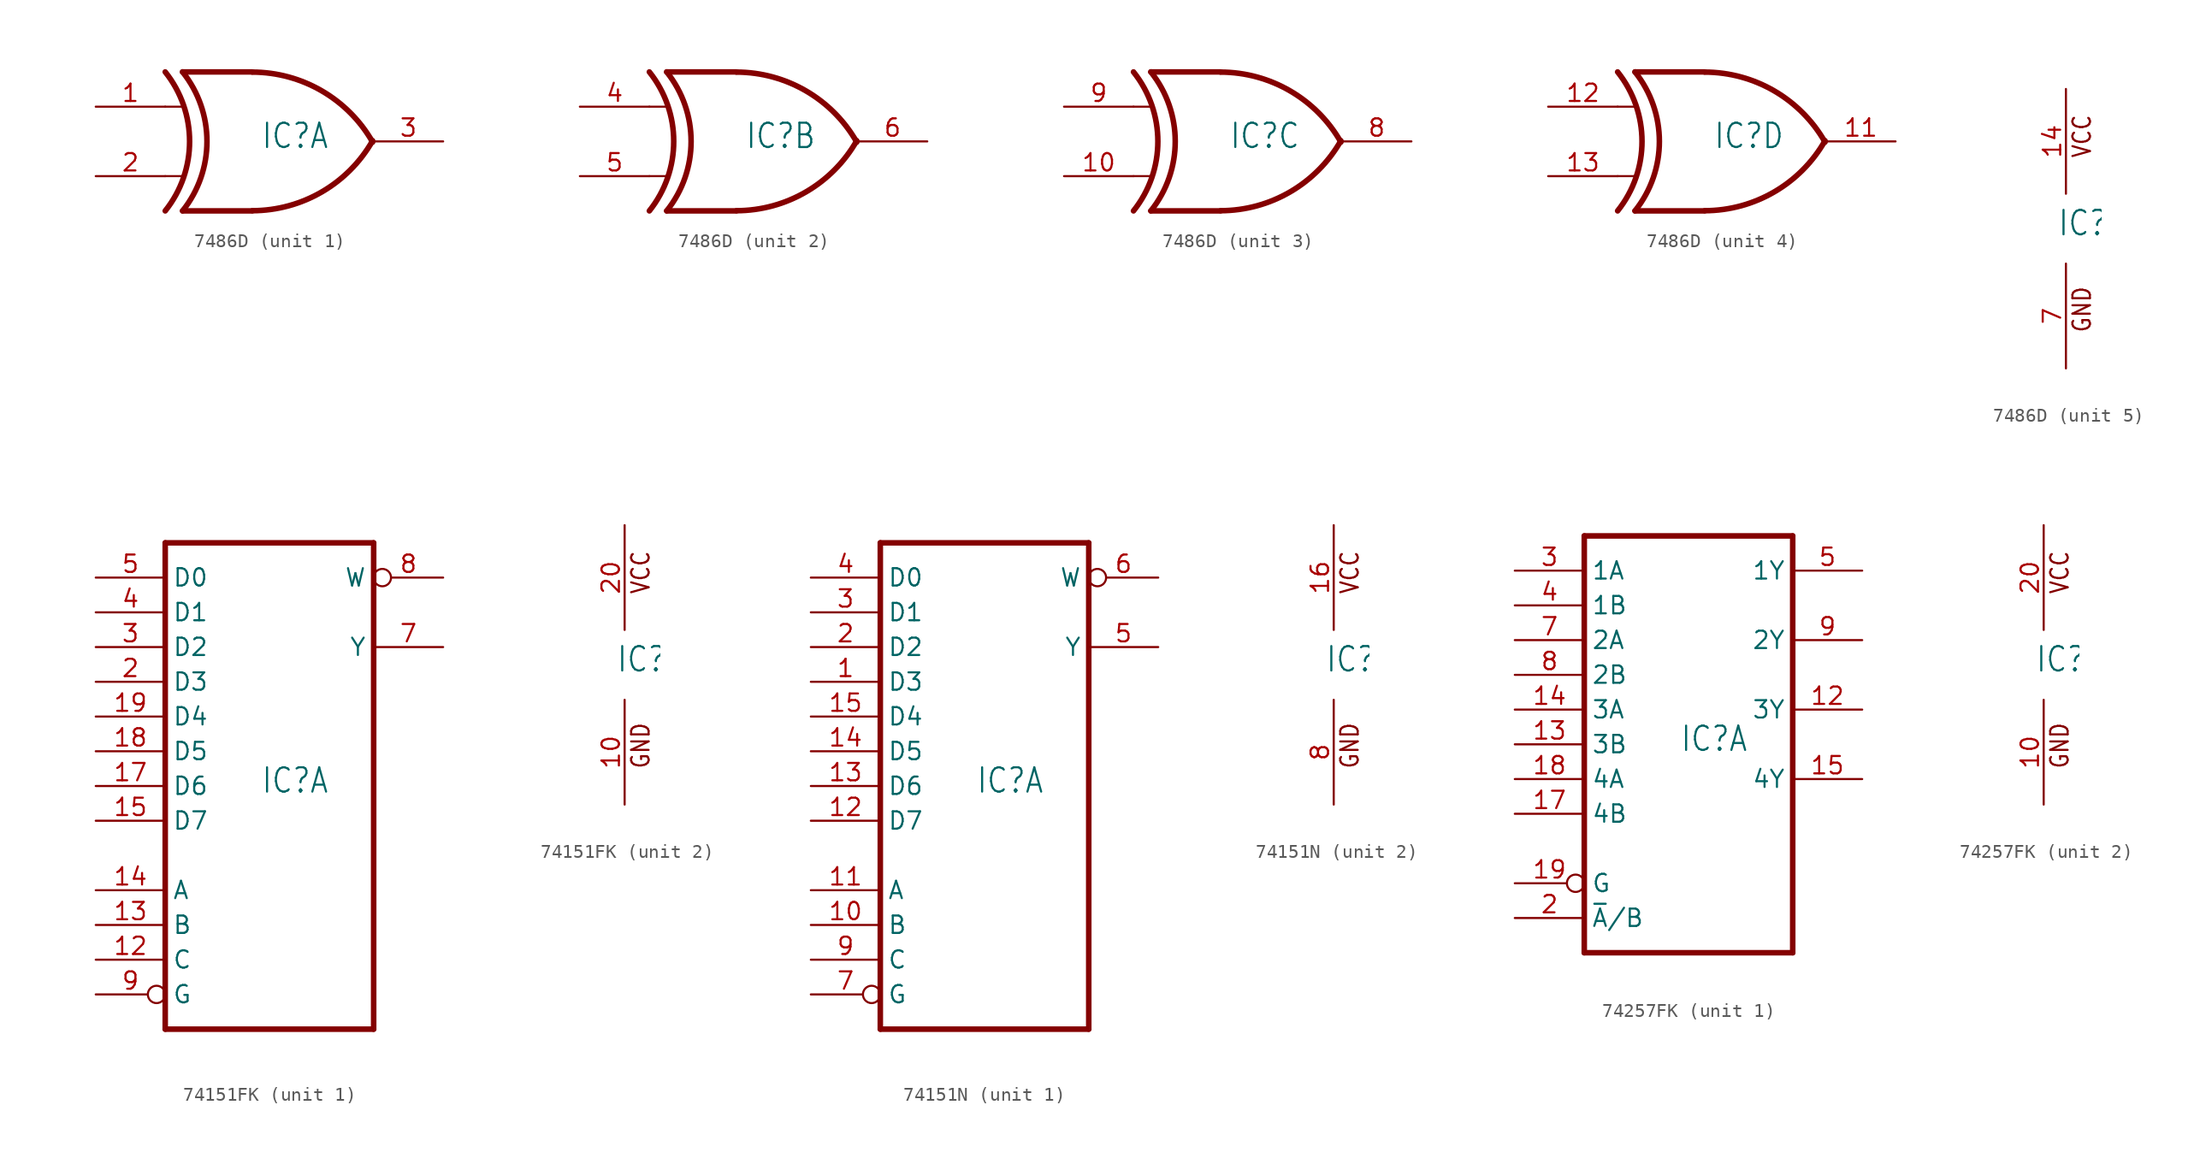
<source format=kicad_sym>
(kicad_symbol_lib
  (version 20220914)
  (generator kicad_symbol_editor)
  (symbol "7486D"
    (property "Reference" "IC"
      (at -0.635 -0.635 0)
      (effects (font (size 1.778 1.511)) (justify left bottom)))
    (property "ki_locked" ""
      (at 0 0 0)
      (effects (font (size 1.27 1.27))))
    (symbol "7486D_1_0"
      (arc (start -7.6199 -5.0799) (mid -5.838 0.0001) (end -7.62 5.08) (stroke (width 0.4064) (type solid)) (fill (type none)))
      (arc (start -6.3499 -5.0799) (mid -4.568 0.0001) (end -6.35 5.08) (stroke (width 0.4064) (type solid)) (fill (type none)))
      (arc (start -1.2446 -5.0678) (mid 3.8371 -3.6891) (end 7.5439 0.0506) (stroke (width 0.4064) (type solid)) (fill (type none)))
      (polyline (pts (xy -7.62 -2.54) (xy -6.35 -2.54)) (stroke (width 0.152) (type solid)) (fill (type none)))
      (polyline (pts (xy -7.62 2.54) (xy -6.35 2.54)) (stroke (width 0.152) (type solid)) (fill (type none)))
      (polyline (pts (xy -1.27 -5.08) (xy -6.35 -5.08)) (stroke (width 0.406) (type solid)) (fill (type none)))
      (polyline (pts (xy -1.27 5.08) (xy -6.35 5.08)) (stroke (width 0.406) (type solid)) (fill (type none)))
      (arc (start 7.5441 -0.0504) (mid 3.8372 3.6892) (end -1.2446 5.0678) (stroke (width 0.4064) (type solid)) (fill (type none)))
      (pin input line (at -12.7 2.54 0) (length 5.08) (name "I0" (effects (font (size 0 0)))) (number "1" (effects (font (size 1.27 1.27)))))
      (pin input line (at -12.7 -2.54 0) (length 5.08) (name "I1" (effects (font (size 0 0)))) (number "2" (effects (font (size 1.27 1.27)))))
      (pin output line (at 12.7 0 180) (length 5.08) (name "O" (effects (font (size 0 0)))) (number "3" (effects (font (size 1.27 1.27))))))
    (symbol "7486D_2_0"
      (arc (start -7.6199 -5.0799) (mid -5.838 0.0001) (end -7.62 5.08) (stroke (width 0.4064) (type solid)) (fill (type none)))
      (arc (start -6.3499 -5.0799) (mid -4.568 0.0001) (end -6.35 5.08) (stroke (width 0.4064) (type solid)) (fill (type none)))
      (arc (start -1.2446 -5.0678) (mid 3.8371 -3.6891) (end 7.5439 0.0506) (stroke (width 0.4064) (type solid)) (fill (type none)))
      (polyline (pts (xy -7.62 -2.54) (xy -6.35 -2.54)) (stroke (width 0.152) (type solid)) (fill (type none)))
      (polyline (pts (xy -7.62 2.54) (xy -6.35 2.54)) (stroke (width 0.152) (type solid)) (fill (type none)))
      (polyline (pts (xy -1.27 -5.08) (xy -6.35 -5.08)) (stroke (width 0.406) (type solid)) (fill (type none)))
      (polyline (pts (xy -1.27 5.08) (xy -6.35 5.08)) (stroke (width 0.406) (type solid)) (fill (type none)))
      (arc (start 7.5441 -0.0504) (mid 3.8372 3.6892) (end -1.2446 5.0678) (stroke (width 0.4064) (type solid)) (fill (type none)))
      (pin input line (at -12.7 2.54 0) (length 5.08) (name "I0" (effects (font (size 0 0)))) (number "4" (effects (font (size 1.27 1.27)))))
      (pin input line (at -12.7 -2.54 0) (length 5.08) (name "I1" (effects (font (size 0 0)))) (number "5" (effects (font (size 1.27 1.27)))))
      (pin output line (at 12.7 0 180) (length 5.08) (name "O" (effects (font (size 0 0)))) (number "6" (effects (font (size 1.27 1.27))))))
    (symbol "7486D_3_0"
      (arc (start -7.6199 -5.0799) (mid -5.838 0.0001) (end -7.62 5.08) (stroke (width 0.4064) (type solid)) (fill (type none)))
      (arc (start -6.3499 -5.0799) (mid -4.568 0.0001) (end -6.35 5.08) (stroke (width 0.4064) (type solid)) (fill (type none)))
      (arc (start -1.2446 -5.0678) (mid 3.8371 -3.6891) (end 7.5439 0.0506) (stroke (width 0.4064) (type solid)) (fill (type none)))
      (polyline (pts (xy -7.62 -2.54) (xy -6.35 -2.54)) (stroke (width 0.152) (type solid)) (fill (type none)))
      (polyline (pts (xy -7.62 2.54) (xy -6.35 2.54)) (stroke (width 0.152) (type solid)) (fill (type none)))
      (polyline (pts (xy -1.27 -5.08) (xy -6.35 -5.08)) (stroke (width 0.406) (type solid)) (fill (type none)))
      (polyline (pts (xy -1.27 5.08) (xy -6.35 5.08)) (stroke (width 0.406) (type solid)) (fill (type none)))
      (arc (start 7.5441 -0.0504) (mid 3.8372 3.6892) (end -1.2446 5.0678) (stroke (width 0.4064) (type solid)) (fill (type none)))
      (pin input line (at -12.7 -2.54 0) (length 5.08) (name "I1" (effects (font (size 0 0)))) (number "10" (effects (font (size 1.27 1.27)))))
      (pin output line (at 12.7 0 180) (length 5.08) (name "O" (effects (font (size 0 0)))) (number "8" (effects (font (size 1.27 1.27)))))
      (pin input line (at -12.7 2.54 0) (length 5.08) (name "I0" (effects (font (size 0 0)))) (number "9" (effects (font (size 1.27 1.27))))))
    (symbol "7486D_4_0"
      (arc (start -7.6199 -5.0799) (mid -5.838 0.0001) (end -7.62 5.08) (stroke (width 0.4064) (type solid)) (fill (type none)))
      (arc (start -6.3499 -5.0799) (mid -4.568 0.0001) (end -6.35 5.08) (stroke (width 0.4064) (type solid)) (fill (type none)))
      (arc (start -1.2446 -5.0678) (mid 3.8371 -3.6891) (end 7.5439 0.0506) (stroke (width 0.4064) (type solid)) (fill (type none)))
      (polyline (pts (xy -7.62 -2.54) (xy -6.35 -2.54)) (stroke (width 0.152) (type solid)) (fill (type none)))
      (polyline (pts (xy -7.62 2.54) (xy -6.35 2.54)) (stroke (width 0.152) (type solid)) (fill (type none)))
      (polyline (pts (xy -1.27 -5.08) (xy -6.35 -5.08)) (stroke (width 0.406) (type solid)) (fill (type none)))
      (polyline (pts (xy -1.27 5.08) (xy -6.35 5.08)) (stroke (width 0.406) (type solid)) (fill (type none)))
      (arc (start 7.5441 -0.0504) (mid 3.8372 3.6892) (end -1.2446 5.0678) (stroke (width 0.4064) (type solid)) (fill (type none)))
      (pin output line (at 12.7 0 180) (length 5.08) (name "O" (effects (font (size 0 0)))) (number "11" (effects (font (size 1.27 1.27)))))
      (pin input line (at -12.7 2.54 0) (length 5.08) (name "I0" (effects (font (size 0 0)))) (number "12" (effects (font (size 1.27 1.27)))))
      (pin input line (at -12.7 -2.54 0) (length 5.08) (name "I1" (effects (font (size 0 0)))) (number "13" (effects (font (size 1.27 1.27))))))
    (symbol "7486D_5_0"
      (text "GND" (at 1.905 -7.62 900) (effects (font (size 1.27 1.079)) (justify left bottom)))
      (text "VCC" (at 1.905 5.08 900) (effects (font (size 1.27 1.079)) (justify left bottom)))
      (pin power_in line (at 0 10.16 270) (length 7.62) (name "VCC" (effects (font (size 0 0)))) (number "14" (effects (font (size 1.27 1.27)))))
      (pin power_in line (at 0 -10.16 90) (length 7.62) (name "GND" (effects (font (size 0 0)))) (number "7" (effects (font (size 1.27 1.27)))))))
  (symbol "74151FK"
    (property "Reference" "IC"
      (at -0.635 -0.635 0)
      (effects (font (size 1.778 1.511)) (justify left bottom)))
    (property "ki_locked" ""
      (at 0 0 0)
      (effects (font (size 1.27 1.27))))
    (symbol "74151FK_1_0"
      (polyline (pts (xy -7.62 -17.78) (xy 7.62 -17.78)) (stroke (width 0.406) (type solid)) (fill (type none)))
      (polyline (pts (xy -7.62 17.78) (xy -7.62 -17.78)) (stroke (width 0.406) (type solid)) (fill (type none)))
      (polyline (pts (xy 7.62 -17.78) (xy 7.62 17.78)) (stroke (width 0.406) (type solid)) (fill (type none)))
      (polyline (pts (xy 7.62 17.78) (xy -7.62 17.78)) (stroke (width 0.406) (type solid)) (fill (type none)))
      (pin input line (at -12.7 -12.7 0) (length 5.08) (name "C" (effects (font (size 1.27 1.27)))) (number "12" (effects (font (size 1.27 1.27)))))
      (pin input line (at -12.7 -10.16 0) (length 5.08) (name "B" (effects (font (size 1.27 1.27)))) (number "13" (effects (font (size 1.27 1.27)))))
      (pin input line (at -12.7 -7.62 0) (length 5.08) (name "A" (effects (font (size 1.27 1.27)))) (number "14" (effects (font (size 1.27 1.27)))))
      (pin input line (at -12.7 -2.54 0) (length 5.08) (name "D7" (effects (font (size 1.27 1.27)))) (number "15" (effects (font (size 1.27 1.27)))))
      (pin input line (at -12.7 0 0) (length 5.08) (name "D6" (effects (font (size 1.27 1.27)))) (number "17" (effects (font (size 1.27 1.27)))))
      (pin input line (at -12.7 2.54 0) (length 5.08) (name "D5" (effects (font (size 1.27 1.27)))) (number "18" (effects (font (size 1.27 1.27)))))
      (pin input line (at -12.7 5.08 0) (length 5.08) (name "D4" (effects (font (size 1.27 1.27)))) (number "19" (effects (font (size 1.27 1.27)))))
      (pin input line (at -12.7 7.62 0) (length 5.08) (name "D3" (effects (font (size 1.27 1.27)))) (number "2" (effects (font (size 1.27 1.27)))))
      (pin input line (at -12.7 10.16 0) (length 5.08) (name "D2" (effects (font (size 1.27 1.27)))) (number "3" (effects (font (size 1.27 1.27)))))
      (pin input line (at -12.7 12.7 0) (length 5.08) (name "D1" (effects (font (size 1.27 1.27)))) (number "4" (effects (font (size 1.27 1.27)))))
      (pin input line (at -12.7 15.24 0) (length 5.08) (name "D0" (effects (font (size 1.27 1.27)))) (number "5" (effects (font (size 1.27 1.27)))))
      (pin output line (at 12.7 10.16 180) (length 5.08) (name "Y" (effects (font (size 1.27 1.27)))) (number "7" (effects (font (size 1.27 1.27)))))
      (pin output inverted (at 12.7 15.24 180) (length 5.08) (name "W" (effects (font (size 1.27 1.27)))) (number "8" (effects (font (size 1.27 1.27)))))
      (pin input inverted (at -12.7 -15.24 0) (length 5.08) (name "G" (effects (font (size 1.27 1.27)))) (number "9" (effects (font (size 1.27 1.27))))))
    (symbol "74151FK_2_0"
      (text "GND" (at 1.905 -7.62 900) (effects (font (size 1.27 1.079)) (justify left bottom)))
      (text "VCC" (at 1.905 5.08 900) (effects (font (size 1.27 1.079)) (justify left bottom)))
      (pin power_in line (at 0 -10.16 90) (length 7.62) (name "GND" (effects (font (size 0 0)))) (number "10" (effects (font (size 1.27 1.27)))))
      (pin power_in line (at 0 10.16 270) (length 7.62) (name "VCC" (effects (font (size 0 0)))) (number "20" (effects (font (size 1.27 1.27)))))))
  (symbol "74151N"
    (property "Reference" "IC"
      (at -0.635 -0.635 0)
      (effects (font (size 1.778 1.511)) (justify left bottom)))
    (property "ki_locked" ""
      (at 0 0 0)
      (effects (font (size 1.27 1.27))))
    (symbol "74151N_1_0"
      (polyline (pts (xy -7.62 -17.78) (xy 7.62 -17.78)) (stroke (width 0.406) (type solid)) (fill (type none)))
      (polyline (pts (xy -7.62 17.78) (xy -7.62 -17.78)) (stroke (width 0.406) (type solid)) (fill (type none)))
      (polyline (pts (xy 7.62 -17.78) (xy 7.62 17.78)) (stroke (width 0.406) (type solid)) (fill (type none)))
      (polyline (pts (xy 7.62 17.78) (xy -7.62 17.78)) (stroke (width 0.406) (type solid)) (fill (type none)))
      (pin input line (at -12.7 7.62 0) (length 5.08) (name "D3" (effects (font (size 1.27 1.27)))) (number "1" (effects (font (size 1.27 1.27)))))
      (pin input line (at -12.7 -10.16 0) (length 5.08) (name "B" (effects (font (size 1.27 1.27)))) (number "10" (effects (font (size 1.27 1.27)))))
      (pin input line (at -12.7 -7.62 0) (length 5.08) (name "A" (effects (font (size 1.27 1.27)))) (number "11" (effects (font (size 1.27 1.27)))))
      (pin input line (at -12.7 -2.54 0) (length 5.08) (name "D7" (effects (font (size 1.27 1.27)))) (number "12" (effects (font (size 1.27 1.27)))))
      (pin input line (at -12.7 0 0) (length 5.08) (name "D6" (effects (font (size 1.27 1.27)))) (number "13" (effects (font (size 1.27 1.27)))))
      (pin input line (at -12.7 2.54 0) (length 5.08) (name "D5" (effects (font (size 1.27 1.27)))) (number "14" (effects (font (size 1.27 1.27)))))
      (pin input line (at -12.7 5.08 0) (length 5.08) (name "D4" (effects (font (size 1.27 1.27)))) (number "15" (effects (font (size 1.27 1.27)))))
      (pin input line (at -12.7 10.16 0) (length 5.08) (name "D2" (effects (font (size 1.27 1.27)))) (number "2" (effects (font (size 1.27 1.27)))))
      (pin input line (at -12.7 12.7 0) (length 5.08) (name "D1" (effects (font (size 1.27 1.27)))) (number "3" (effects (font (size 1.27 1.27)))))
      (pin input line (at -12.7 15.24 0) (length 5.08) (name "D0" (effects (font (size 1.27 1.27)))) (number "4" (effects (font (size 1.27 1.27)))))
      (pin output line (at 12.7 10.16 180) (length 5.08) (name "Y" (effects (font (size 1.27 1.27)))) (number "5" (effects (font (size 1.27 1.27)))))
      (pin output inverted (at 12.7 15.24 180) (length 5.08) (name "W" (effects (font (size 1.27 1.27)))) (number "6" (effects (font (size 1.27 1.27)))))
      (pin input inverted (at -12.7 -15.24 0) (length 5.08) (name "G" (effects (font (size 1.27 1.27)))) (number "7" (effects (font (size 1.27 1.27)))))
      (pin input line (at -12.7 -12.7 0) (length 5.08) (name "C" (effects (font (size 1.27 1.27)))) (number "9" (effects (font (size 1.27 1.27))))))
    (symbol "74151N_2_0"
      (text "GND" (at 1.905 -7.62 900) (effects (font (size 1.27 1.079)) (justify left bottom)))
      (text "VCC" (at 1.905 5.08 900) (effects (font (size 1.27 1.079)) (justify left bottom)))
      (pin power_in line (at 0 10.16 270) (length 7.62) (name "VCC" (effects (font (size 0 0)))) (number "16" (effects (font (size 1.27 1.27)))))
      (pin power_in line (at 0 -10.16 90) (length 7.62) (name "GND" (effects (font (size 0 0)))) (number "8" (effects (font (size 1.27 1.27)))))))
  (symbol "74257FK"
    (property "Reference" "IC"
      (at -0.635 -0.635 0)
      (effects (font (size 1.778 1.511)) (justify left bottom)))
    (property "ki_locked" ""
      (at 0 0 0)
      (effects (font (size 1.27 1.27))))
    (symbol "74257FK_1_0"
      (polyline (pts (xy -7.62 -15.24) (xy 7.62 -15.24)) (stroke (width 0.406) (type solid)) (fill (type none)))
      (polyline (pts (xy -7.62 15.24) (xy -7.62 -15.24)) (stroke (width 0.406) (type solid)) (fill (type none)))
      (polyline (pts (xy 7.62 -15.24) (xy 7.62 15.24)) (stroke (width 0.406) (type solid)) (fill (type none)))
      (polyline (pts (xy 7.62 15.24) (xy -7.62 15.24)) (stroke (width 0.406) (type solid)) (fill (type none)))
      (pin tri_state line (at 12.7 2.54 180) (length 5.08) (name "3Y" (effects (font (size 1.27 1.27)))) (number "12" (effects (font (size 1.27 1.27)))))
      (pin input line (at -12.7 0 0) (length 5.08) (name "3B" (effects (font (size 1.27 1.27)))) (number "13" (effects (font (size 1.27 1.27)))))
      (pin input line (at -12.7 2.54 0) (length 5.08) (name "3A" (effects (font (size 1.27 1.27)))) (number "14" (effects (font (size 1.27 1.27)))))
      (pin tri_state line (at 12.7 -2.54 180) (length 5.08) (name "4Y" (effects (font (size 1.27 1.27)))) (number "15" (effects (font (size 1.27 1.27)))))
      (pin input line (at -12.7 -5.08 0) (length 5.08) (name "4B" (effects (font (size 1.27 1.27)))) (number "17" (effects (font (size 1.27 1.27)))))
      (pin input line (at -12.7 -2.54 0) (length 5.08) (name "4A" (effects (font (size 1.27 1.27)))) (number "18" (effects (font (size 1.27 1.27)))))
      (pin input inverted (at -12.7 -10.16 0) (length 5.08) (name "G" (effects (font (size 1.27 1.27)))) (number "19" (effects (font (size 1.27 1.27)))))
      (pin input line (at -12.7 -12.7 0) (length 5.08) (name "~{A}/B" (effects (font (size 1.27 1.27)))) (number "2" (effects (font (size 1.27 1.27)))))
      (pin input line (at -12.7 12.7 0) (length 5.08) (name "1A" (effects (font (size 1.27 1.27)))) (number "3" (effects (font (size 1.27 1.27)))))
      (pin input line (at -12.7 10.16 0) (length 5.08) (name "1B" (effects (font (size 1.27 1.27)))) (number "4" (effects (font (size 1.27 1.27)))))
      (pin tri_state line (at 12.7 12.7 180) (length 5.08) (name "1Y" (effects (font (size 1.27 1.27)))) (number "5" (effects (font (size 1.27 1.27)))))
      (pin input line (at -12.7 7.62 0) (length 5.08) (name "2A" (effects (font (size 1.27 1.27)))) (number "7" (effects (font (size 1.27 1.27)))))
      (pin input line (at -12.7 5.08 0) (length 5.08) (name "2B" (effects (font (size 1.27 1.27)))) (number "8" (effects (font (size 1.27 1.27)))))
      (pin tri_state line (at 12.7 7.62 180) (length 5.08) (name "2Y" (effects (font (size 1.27 1.27)))) (number "9" (effects (font (size 1.27 1.27))))))
    (symbol "74257FK_2_0"
      (text "GND" (at 1.905 -7.62 900) (effects (font (size 1.27 1.079)) (justify left bottom)))
      (text "VCC" (at 1.905 5.08 900) (effects (font (size 1.27 1.079)) (justify left bottom)))
      (pin power_in line (at 0 -10.16 90) (length 7.62) (name "GND" (effects (font (size 0 0)))) (number "10" (effects (font (size 1.27 1.27)))))
      (pin power_in line (at 0 10.16 270) (length 7.62) (name "VCC" (effects (font (size 0 0)))) (number "20" (effects (font (size 1.27 1.27))))))))
</source>
